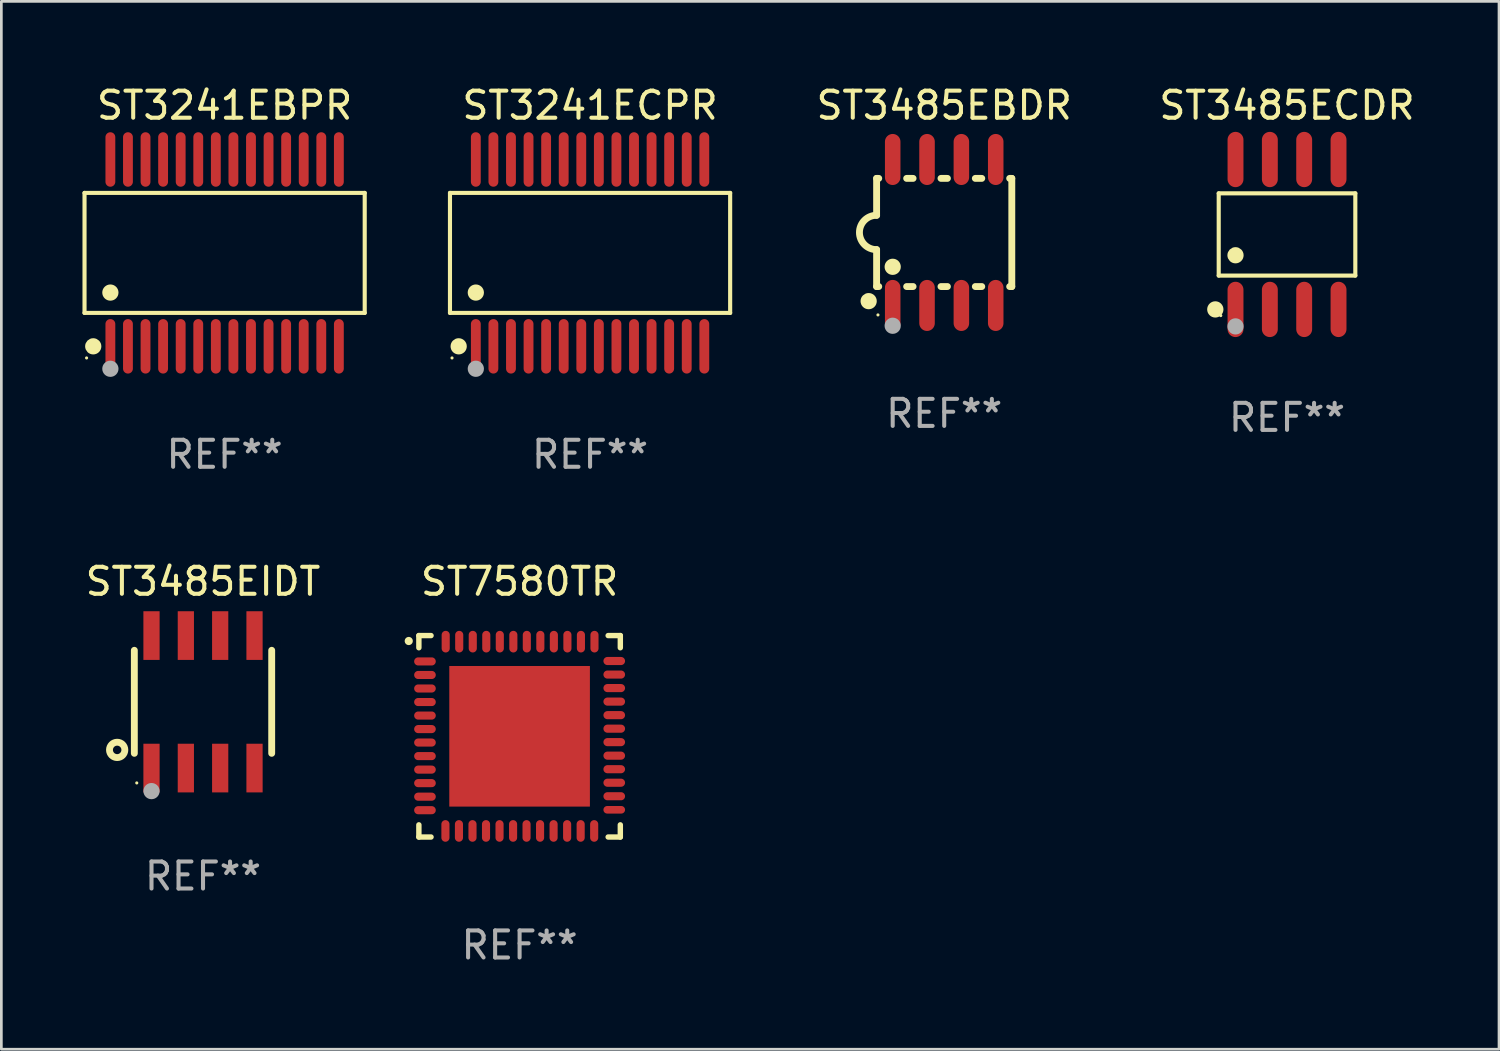
<source format=kicad_pcb>
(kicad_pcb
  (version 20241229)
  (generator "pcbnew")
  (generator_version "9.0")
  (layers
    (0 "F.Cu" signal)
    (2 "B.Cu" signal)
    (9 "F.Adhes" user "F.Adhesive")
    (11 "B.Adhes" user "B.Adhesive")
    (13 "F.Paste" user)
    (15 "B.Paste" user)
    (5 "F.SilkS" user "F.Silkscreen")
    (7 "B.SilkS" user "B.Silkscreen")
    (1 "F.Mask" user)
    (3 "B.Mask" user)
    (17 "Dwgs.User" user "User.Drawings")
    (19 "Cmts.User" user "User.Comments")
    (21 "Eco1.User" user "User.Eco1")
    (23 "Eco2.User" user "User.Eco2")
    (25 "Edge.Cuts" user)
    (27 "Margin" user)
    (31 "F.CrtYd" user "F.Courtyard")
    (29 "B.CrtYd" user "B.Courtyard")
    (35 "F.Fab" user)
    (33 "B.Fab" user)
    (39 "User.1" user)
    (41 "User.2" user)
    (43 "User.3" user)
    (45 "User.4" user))
  (footprint "ST3485EIDT"
    (layer "F.Cu")
    (at 4.458 22.905)
    (property "Reference" "ST3485EIDT" (at 0 -4.45 0) (layer "F.SilkS") (effects (font (size 1 1) (thickness 0.15))))
    (attr through_hole)
    (fp_line (start -2.54 -1.905) (end -2.54 1.905) (stroke (width 0.254) (type solid)) (layer "F.SilkS"))
    (fp_line (start 2.54 -1.905) (end 2.54 1.905) (stroke (width 0.254) (type solid)) (layer "F.SilkS"))
    (fp_circle (center -3.175 1.778) (end -2.891 1.778) (stroke (width 0.254) (type solid)) (fill no) (layer "F.SilkS"))
    (fp_circle (center -2.45 3) (end -2.42 3) (stroke (width 0.06) (type solid)) (fill no) (layer "F.SilkS"))
    (fp_circle (center -1.905 3.302) (end -1.755 3.302) (stroke (width 0.3) (type solid)) (fill no) (layer "F.Fab"))
    (fp_text user "REF**" (at 0 6.45 0) (layer "F.Fab") (effects (font (size 1 1) (thickness 0.15))))
    (pad "1" smd rect (at -1.905 2.45) (size 0.6 1.8) (layers "F.Cu" "F.Mask" "F.Paste"))
    (pad "2" smd rect (at -0.635 2.45) (size 0.6 1.8) (layers "F.Cu" "F.Mask" "F.Paste"))
    (pad "3" smd rect (at 0.635 2.45) (size 0.6 1.8) (layers "F.Cu" "F.Mask" "F.Paste"))
    (pad "4" smd rect (at 1.905 2.45) (size 0.6 1.8) (layers "F.Cu" "F.Mask" "F.Paste"))
    (pad "5" smd rect (at 1.905 -2.45 180) (size 0.6 1.8) (layers "F.Cu" "F.Mask" "F.Paste"))
    (pad "6" smd rect (at 0.635 -2.45 180) (size 0.6 1.8) (layers "F.Cu" "F.Mask" "F.Paste"))
    (pad "7" smd rect (at -0.635 -2.45 180) (size 0.6 1.8) (layers "F.Cu" "F.Mask" "F.Paste"))
    (pad "8" smd rect (at -1.905 -2.45 180) (size 0.6 1.8) (layers "F.Cu" "F.Mask" "F.Paste")))
  (footprint "ST3241ECPR"
    (layer "F.Cu")
    (at 18.772 6.303)
    (property "Reference" "ST3241ECPR" (at 0 -5.455 0) (layer "F.SilkS") (effects (font (size 1 1) (thickness 0.15))))
    (attr through_hole)
    (fp_line (start -5.181 -2.219) (end 5.181 -2.219) (stroke (width 0.152) (type solid)) (layer "F.SilkS"))
    (fp_line (start -5.181 2.219) (end -5.181 -2.219) (stroke (width 0.152) (type solid)) (layer "F.SilkS"))
    (fp_line (start 5.181 -2.219) (end 5.181 2.219) (stroke (width 0.152) (type solid)) (layer "F.SilkS"))
    (fp_line (start 5.181 2.219) (end -5.181 2.219) (stroke (width 0.152) (type solid)) (layer "F.SilkS"))
    (fp_circle (center -5.105 3.885) (end -5.075 3.885) (stroke (width 0.06) (type solid)) (fill no) (layer "F.SilkS"))
    (fp_circle (center -4.859 3.455) (end -4.709 3.455) (stroke (width 0.3) (type solid)) (fill no) (layer "F.SilkS"))
    (fp_circle (center -4.225 1.467) (end -4.075 1.467) (stroke (width 0.3) (type solid)) (fill no) (layer "F.SilkS"))
    (fp_circle (center -4.225 4.285) (end -4.075 4.285) (stroke (width 0.3) (type solid)) (fill no) (layer "F.Fab"))
    (fp_text user "REF**" (at 0 7.455 0) (layer "F.Fab") (effects (font (size 1 1) (thickness 0.15))))
    (pad "1" smd oval (at -4.225 3.455) (size 0.364 2.015) (layers "F.Cu" "F.Mask" "F.Paste"))
    (pad "2" smd oval (at -3.575 3.455) (size 0.364 2.015) (layers "F.Cu" "F.Mask" "F.Paste"))
    (pad "3" smd oval (at -2.925 3.455) (size 0.364 2.015) (layers "F.Cu" "F.Mask" "F.Paste"))
    (pad "4" smd oval (at -2.275 3.455) (size 0.364 2.015) (layers "F.Cu" "F.Mask" "F.Paste"))
    (pad "5" smd oval (at -1.625 3.455) (size 0.364 2.015) (layers "F.Cu" "F.Mask" "F.Paste"))
    (pad "6" smd oval (at -0.975 3.455) (size 0.364 2.015) (layers "F.Cu" "F.Mask" "F.Paste"))
    (pad "7" smd oval (at -0.325 3.455) (size 0.364 2.015) (layers "F.Cu" "F.Mask" "F.Paste"))
    (pad "8" smd oval (at 0.325 3.455) (size 0.364 2.015) (layers "F.Cu" "F.Mask" "F.Paste"))
    (pad "9" smd oval (at 0.975 3.455) (size 0.364 2.015) (layers "F.Cu" "F.Mask" "F.Paste"))
    (pad "10" smd oval (at 1.625 3.455) (size 0.364 2.015) (layers "F.Cu" "F.Mask" "F.Paste"))
    (pad "11" smd oval (at 2.275 3.455) (size 0.364 2.015) (layers "F.Cu" "F.Mask" "F.Paste"))
    (pad "12" smd oval (at 2.925 3.455) (size 0.364 2.015) (layers "F.Cu" "F.Mask" "F.Paste"))
    (pad "13" smd oval (at 3.575 3.455) (size 0.364 2.015) (layers "F.Cu" "F.Mask" "F.Paste"))
    (pad "14" smd oval (at 4.225 3.455) (size 0.364 2.015) (layers "F.Cu" "F.Mask" "F.Paste"))
    (pad "15" smd oval (at 4.225 -3.455) (size 0.364 2.015) (layers "F.Cu" "F.Mask" "F.Paste"))
    (pad "16" smd oval (at 3.575 -3.455) (size 0.364 2.015) (layers "F.Cu" "F.Mask" "F.Paste"))
    (pad "17" smd oval (at 2.925 -3.455) (size 0.364 2.015) (layers "F.Cu" "F.Mask" "F.Paste"))
    (pad "18" smd oval (at 2.275 -3.455) (size 0.364 2.015) (layers "F.Cu" "F.Mask" "F.Paste"))
    (pad "19" smd oval (at 1.625 -3.455) (size 0.364 2.015) (layers "F.Cu" "F.Mask" "F.Paste"))
    (pad "20" smd oval (at 0.975 -3.455) (size 0.364 2.015) (layers "F.Cu" "F.Mask" "F.Paste"))
    (pad "21" smd oval (at 0.325 -3.455) (size 0.364 2.015) (layers "F.Cu" "F.Mask" "F.Paste"))
    (pad "22" smd oval (at -0.325 -3.455) (size 0.364 2.015) (layers "F.Cu" "F.Mask" "F.Paste"))
    (pad "23" smd oval (at -0.975 -3.455) (size 0.364 2.015) (layers "F.Cu" "F.Mask" "F.Paste"))
    (pad "24" smd oval (at -1.625 -3.455) (size 0.364 2.015) (layers "F.Cu" "F.Mask" "F.Paste"))
    (pad "25" smd oval (at -2.275 -3.455) (size 0.364 2.015) (layers "F.Cu" "F.Mask" "F.Paste"))
    (pad "26" smd oval (at -2.925 -3.455) (size 0.364 2.015) (layers "F.Cu" "F.Mask" "F.Paste"))
    (pad "27" smd oval (at -3.575 -3.455) (size 0.364 2.015) (layers "F.Cu" "F.Mask" "F.Paste"))
    (pad "28" smd oval (at -4.225 -3.455) (size 0.364 2.015) (layers "F.Cu" "F.Mask" "F.Paste")))
  (footprint "ST3485EBDR"
    (layer "F.Cu")
    (at 31.869 5.547)
    (property "Reference" "ST3485EBDR" (at 0 -4.699 0) (layer "F.SilkS") (effects (font (size 1 1) (thickness 0.15))))
    (attr through_hole)
    (fp_line (start -2.5 -2) (end -2.5 -0.635) (stroke (width 0.254) (type solid)) (layer "F.SilkS"))
    (fp_line (start -2.5 -2) (end -2.421 -2) (stroke (width 0.254) (type solid)) (layer "F.SilkS"))
    (fp_line (start -2.5 2) (end -2.5 0.635) (stroke (width 0.254) (type solid)) (layer "F.SilkS"))
    (fp_line (start -2.5 2) (end -2.421 2) (stroke (width 0.254) (type solid)) (layer "F.SilkS"))
    (fp_line (start -1.389 -2) (end -1.151 -2) (stroke (width 0.254) (type solid)) (layer "F.SilkS"))
    (fp_line (start -1.389 2) (end -1.151 2) (stroke (width 0.254) (type solid)) (layer "F.SilkS"))
    (fp_line (start -0.119 -2) (end 0.119 -2) (stroke (width 0.254) (type solid)) (layer "F.SilkS"))
    (fp_line (start -0.119 2) (end 0.119 2) (stroke (width 0.254) (type solid)) (layer "F.SilkS"))
    (fp_line (start 1.151 -2) (end 1.389 -2) (stroke (width 0.254) (type solid)) (layer "F.SilkS"))
    (fp_line (start 1.151 2) (end 1.389 2) (stroke (width 0.254) (type solid)) (layer "F.SilkS"))
    (fp_line (start 2.421 -2) (end 2.5 -2) (stroke (width 0.254) (type solid)) (layer "F.SilkS"))
    (fp_line (start 2.421 2) (end 2.5 2) (stroke (width 0.254) (type solid)) (layer "F.SilkS"))
    (fp_line (start 2.5 -2) (end 2.5 2) (stroke (width 0.254) (type solid)) (layer "F.SilkS"))
    (fp_arc (start -2.5 0.635001) (mid -3.134366 -0.000318) (end -2.499365 -0.635001) (stroke (width 0.254001) (type solid)) (layer "F.SilkS"))
    (fp_circle (center -2.794 2.54) (end -2.644 2.54) (stroke (width 0.3) (type solid)) (fill no) (layer "F.SilkS"))
    (fp_circle (center -2.45 3.05) (end -2.42 3.05) (stroke (width 0.06) (type solid)) (fill no) (layer "F.SilkS"))
    (fp_circle (center -1.905 1.27) (end -1.755 1.27) (stroke (width 0.3) (type solid)) (fill no) (layer "F.SilkS"))
    (fp_circle (center -1.905 3.45) (end -1.755 3.45) (stroke (width 0.3) (type solid)) (fill no) (layer "F.Fab"))
    (fp_text user "REF**" (at 0 6.699 0) (layer "F.Fab") (effects (font (size 1 1) (thickness 0.15))))
    (pad "1" smd oval (at -1.905 2.699) (size 0.574 1.888) (layers "F.Cu" "F.Mask" "F.Paste"))
    (pad "2" smd oval (at -0.635 2.699) (size 0.574 1.888) (layers "F.Cu" "F.Mask" "F.Paste"))
    (pad "3" smd oval (at 0.635 2.699) (size 0.574 1.888) (layers "F.Cu" "F.Mask" "F.Paste"))
    (pad "4" smd oval (at 1.905 2.699) (size 0.574 1.888) (layers "F.Cu" "F.Mask" "F.Paste"))
    (pad "5" smd oval (at 1.905 -2.699) (size 0.574 1.888) (layers "F.Cu" "F.Mask" "F.Paste"))
    (pad "6" smd oval (at 0.635 -2.699) (size 0.574 1.888) (layers "F.Cu" "F.Mask" "F.Paste"))
    (pad "7" smd oval (at -0.635 -2.699) (size 0.574 1.888) (layers "F.Cu" "F.Mask" "F.Paste"))
    (pad "8" smd oval (at -1.905 -2.699) (size 0.574 1.888) (layers "F.Cu" "F.Mask" "F.Paste")))
  (footprint "ST7580TR"
    (layer "F.Cu")
    (at 16.166 24.18)
    (property "Reference" "ST7580TR" (at 0 -5.725 0) (layer "F.SilkS") (effects (font (size 1 1) (thickness 0.15))))
    (attr through_hole)
    (fp_line (start -3.725 -3.725) (end -3.275 -3.725) (stroke (width 0.2) (type solid)) (layer "F.SilkS"))
    (fp_line (start -3.725 -3.275) (end -3.725 -3.725) (stroke (width 0.2) (type solid)) (layer "F.SilkS"))
    (fp_line (start -3.725 3.275) (end -3.725 3.725) (stroke (width 0.2) (type solid)) (layer "F.SilkS"))
    (fp_line (start -3.725 3.725) (end -3.275 3.725) (stroke (width 0.2) (type solid)) (layer "F.SilkS"))
    (fp_line (start 3.275 -3.725) (end 3.725 -3.725) (stroke (width 0.2) (type solid)) (layer "F.SilkS"))
    (fp_line (start 3.275 3.725) (end 3.725 3.725) (stroke (width 0.2) (type solid)) (layer "F.SilkS"))
    (fp_line (start 3.725 -3.725) (end 3.725 -3.275) (stroke (width 0.2) (type solid)) (layer "F.SilkS"))
    (fp_line (start 3.725 3.725) (end 3.725 3.275) (stroke (width 0.2) (type solid)) (layer "F.SilkS"))
    (fp_arc (start -4.099568 -3.522987) (mid -4.099573 -3.524257) (end -4.099568 -3.525527) (stroke (width 0.3) (type solid)) (layer "F.SilkS"))
    (fp_text user "REF**" (at 0 7.725 0) (layer "F.Fab") (effects (font (size 1 1) (thickness 0.15))))
    (pad "1" smd oval (at -3.5 -2.769 90) (size 0.3 0.8) (layers "F.Cu" "F.Mask" "F.Paste"))
    (pad "2" smd oval (at -3.5 -2.268 90) (size 0.3 0.8) (layers "F.Cu" "F.Mask" "F.Paste"))
    (pad "3" smd oval (at -3.5 -1.768 90) (size 0.3 0.8) (layers "F.Cu" "F.Mask" "F.Paste"))
    (pad "4" smd oval (at -3.5 -1.267 90) (size 0.3 0.8) (layers "F.Cu" "F.Mask" "F.Paste"))
    (pad "5" smd oval (at -3.5 -0.767 90) (size 0.3 0.8) (layers "F.Cu" "F.Mask" "F.Paste"))
    (pad "6" smd oval (at -3.5 -0.267 90) (size 0.3 0.8) (layers "F.Cu" "F.Mask" "F.Paste"))
    (pad "7" smd oval (at -3.5 0.231 90) (size 0.3 0.8) (layers "F.Cu" "F.Mask" "F.Paste"))
    (pad "8" smd oval (at -3.5 0.732 90) (size 0.3 0.8) (layers "F.Cu" "F.Mask" "F.Paste"))
    (pad "9" smd oval (at -3.5 1.232 90) (size 0.3 0.8) (layers "F.Cu" "F.Mask" "F.Paste"))
    (pad "10" smd oval (at -3.5 1.732 90) (size 0.3 0.8) (layers "F.Cu" "F.Mask" "F.Paste"))
    (pad "11" smd oval (at -3.5 2.233 90) (size 0.3 0.8) (layers "F.Cu" "F.Mask" "F.Paste"))
    (pad "12" smd oval (at -3.5 2.733 90) (size 0.3 0.8) (layers "F.Cu" "F.Mask" "F.Paste"))
    (pad "13" smd oval (at -2.743 3.5) (size 0.3 0.8) (layers "F.Cu" "F.Mask" "F.Paste"))
    (pad "14" smd oval (at -2.243 3.5) (size 0.3 0.8) (layers "F.Cu" "F.Mask" "F.Paste"))
    (pad "15" smd oval (at -1.742 3.5) (size 0.3 0.8) (layers "F.Cu" "F.Mask" "F.Paste"))
    (pad "16" smd oval (at -1.242 3.5) (size 0.3 0.8) (layers "F.Cu" "F.Mask" "F.Paste"))
    (pad "17" smd oval (at -0.742 3.5) (size 0.3 0.8) (layers "F.Cu" "F.Mask" "F.Paste"))
    (pad "18" smd oval (at -0.241 3.5) (size 0.3 0.8) (layers "F.Cu" "F.Mask" "F.Paste"))
    (pad "19" smd oval (at 0.257 3.5) (size 0.3 0.8) (layers "F.Cu" "F.Mask" "F.Paste"))
    (pad "20" smd oval (at 0.757 3.5) (size 0.3 0.8) (layers "F.Cu" "F.Mask" "F.Paste"))
    (pad "21" smd oval (at 1.257 3.5) (size 0.3 0.8) (layers "F.Cu" "F.Mask" "F.Paste"))
    (pad "22" smd oval (at 1.758 3.5) (size 0.3 0.8) (layers "F.Cu" "F.Mask" "F.Paste"))
    (pad "23" smd oval (at 2.258 3.5) (size 0.3 0.8) (layers "F.Cu" "F.Mask" "F.Paste"))
    (pad "24" smd oval (at 2.758 3.5) (size 0.3 0.8) (layers "F.Cu" "F.Mask" "F.Paste"))
    (pad "25" smd oval (at 3.5 2.718 90) (size 0.28 0.8) (layers "F.Cu" "F.Mask" "F.Paste"))
    (pad "26" smd oval (at 3.5 2.217 90) (size 0.3 0.8) (layers "F.Cu" "F.Mask" "F.Paste"))
    (pad "27" smd oval (at 3.5 1.717 90) (size 0.3 0.8) (layers "F.Cu" "F.Mask" "F.Paste"))
    (pad "28" smd oval (at 3.5 1.217 90) (size 0.3 0.8) (layers "F.Cu" "F.Mask" "F.Paste"))
    (pad "29" smd oval (at 3.5 0.716 90) (size 0.3 0.8) (layers "F.Cu" "F.Mask" "F.Paste"))
    (pad "30" smd oval (at 3.5 0.216 90) (size 0.3 0.8) (layers "F.Cu" "F.Mask" "F.Paste"))
    (pad "31" smd oval (at 3.5 -0.282 90) (size 0.3 0.8) (layers "F.Cu" "F.Mask" "F.Paste"))
    (pad "32" smd oval (at 3.5 -0.782 90) (size 0.3 0.8) (layers "F.Cu" "F.Mask" "F.Paste"))
    (pad "33" smd oval (at 3.5 -1.283 90) (size 0.3 0.8) (layers "F.Cu" "F.Mask" "F.Paste"))
    (pad "34" smd oval (at 3.5 -1.783 90) (size 0.3 0.8) (layers "F.Cu" "F.Mask" "F.Paste"))
    (pad "35" smd oval (at 3.5 -2.283 90) (size 0.3 0.8) (layers "F.Cu" "F.Mask" "F.Paste"))
    (pad "36" smd oval (at 3.5 -2.784 90) (size 0.3 0.8) (layers "F.Cu" "F.Mask" "F.Paste"))
    (pad "37" smd oval (at 2.769 -3.5) (size 0.3 0.8) (layers "F.Cu" "F.Mask" "F.Paste"))
    (pad "38" smd oval (at 2.268 -3.5) (size 0.3 0.8) (layers "F.Cu" "F.Mask" "F.Paste"))
    (pad "39" smd oval (at 1.768 -3.5) (size 0.3 0.8) (layers "F.Cu" "F.Mask" "F.Paste"))
    (pad "40" smd oval (at 1.267 -3.5) (size 0.3 0.8) (layers "F.Cu" "F.Mask" "F.Paste"))
    (pad "41" smd oval (at 0.767 -3.5) (size 0.3 0.8) (layers "F.Cu" "F.Mask" "F.Paste"))
    (pad "42" smd oval (at 0.267 -3.5) (size 0.3 0.8) (layers "F.Cu" "F.Mask" "F.Paste"))
    (pad "43" smd oval (at -0.231 -3.5) (size 0.3 0.8) (layers "F.Cu" "F.Mask" "F.Paste"))
    (pad "44" smd oval (at -0.732 -3.5) (size 0.3 0.8) (layers "F.Cu" "F.Mask" "F.Paste"))
    (pad "45" smd oval (at -1.232 -3.5) (size 0.3 0.8) (layers "F.Cu" "F.Mask" "F.Paste"))
    (pad "46" smd oval (at -1.732 -3.5) (size 0.3 0.8) (layers "F.Cu" "F.Mask" "F.Paste"))
    (pad "47" smd oval (at -2.233 -3.5) (size 0.3 0.8) (layers "F.Cu" "F.Mask" "F.Paste"))
    (pad "48" smd oval (at -2.733 -3.5) (size 0.3 0.8) (layers "F.Cu" "F.Mask" "F.Paste"))
    (pad "49" smd rect (at 0 0) (size 5.2 5.2) (layers "F.Cu" "F.Mask" "F.Paste")))
  (footprint "ST3241EBPR"
    (layer "F.Cu")
    (at 5.257 6.303)
    (property "Reference" "ST3241EBPR" (at 0 -5.455 0) (layer "F.SilkS") (effects (font (size 1 1) (thickness 0.15))))
    (attr through_hole)
    (fp_line (start -5.181 -2.219) (end 5.181 -2.219) (stroke (width 0.152) (type solid)) (layer "F.SilkS"))
    (fp_line (start -5.181 2.219) (end -5.181 -2.219) (stroke (width 0.152) (type solid)) (layer "F.SilkS"))
    (fp_line (start 5.181 -2.219) (end 5.181 2.219) (stroke (width 0.152) (type solid)) (layer "F.SilkS"))
    (fp_line (start 5.181 2.219) (end -5.181 2.219) (stroke (width 0.152) (type solid)) (layer "F.SilkS"))
    (fp_circle (center -5.105 3.885) (end -5.075 3.885) (stroke (width 0.06) (type solid)) (fill no) (layer "F.SilkS"))
    (fp_circle (center -4.859 3.455) (end -4.709 3.455) (stroke (width 0.3) (type solid)) (fill no) (layer "F.SilkS"))
    (fp_circle (center -4.225 1.467) (end -4.075 1.467) (stroke (width 0.3) (type solid)) (fill no) (layer "F.SilkS"))
    (fp_circle (center -4.225 4.285) (end -4.075 4.285) (stroke (width 0.3) (type solid)) (fill no) (layer "F.Fab"))
    (fp_text user "REF**" (at 0 7.455 0) (layer "F.Fab") (effects (font (size 1 1) (thickness 0.15))))
    (pad "1" smd oval (at -4.225 3.455) (size 0.364 2.015) (layers "F.Cu" "F.Mask" "F.Paste"))
    (pad "2" smd oval (at -3.575 3.455) (size 0.364 2.015) (layers "F.Cu" "F.Mask" "F.Paste"))
    (pad "3" smd oval (at -2.925 3.455) (size 0.364 2.015) (layers "F.Cu" "F.Mask" "F.Paste"))
    (pad "4" smd oval (at -2.275 3.455) (size 0.364 2.015) (layers "F.Cu" "F.Mask" "F.Paste"))
    (pad "5" smd oval (at -1.625 3.455) (size 0.364 2.015) (layers "F.Cu" "F.Mask" "F.Paste"))
    (pad "6" smd oval (at -0.975 3.455) (size 0.364 2.015) (layers "F.Cu" "F.Mask" "F.Paste"))
    (pad "7" smd oval (at -0.325 3.455) (size 0.364 2.015) (layers "F.Cu" "F.Mask" "F.Paste"))
    (pad "8" smd oval (at 0.325 3.455) (size 0.364 2.015) (layers "F.Cu" "F.Mask" "F.Paste"))
    (pad "9" smd oval (at 0.975 3.455) (size 0.364 2.015) (layers "F.Cu" "F.Mask" "F.Paste"))
    (pad "10" smd oval (at 1.625 3.455) (size 0.364 2.015) (layers "F.Cu" "F.Mask" "F.Paste"))
    (pad "11" smd oval (at 2.275 3.455) (size 0.364 2.015) (layers "F.Cu" "F.Mask" "F.Paste"))
    (pad "12" smd oval (at 2.925 3.455) (size 0.364 2.015) (layers "F.Cu" "F.Mask" "F.Paste"))
    (pad "13" smd oval (at 3.575 3.455) (size 0.364 2.015) (layers "F.Cu" "F.Mask" "F.Paste"))
    (pad "14" smd oval (at 4.225 3.455) (size 0.364 2.015) (layers "F.Cu" "F.Mask" "F.Paste"))
    (pad "15" smd oval (at 4.225 -3.455) (size 0.364 2.015) (layers "F.Cu" "F.Mask" "F.Paste"))
    (pad "16" smd oval (at 3.575 -3.455) (size 0.364 2.015) (layers "F.Cu" "F.Mask" "F.Paste"))
    (pad "17" smd oval (at 2.925 -3.455) (size 0.364 2.015) (layers "F.Cu" "F.Mask" "F.Paste"))
    (pad "18" smd oval (at 2.275 -3.455) (size 0.364 2.015) (layers "F.Cu" "F.Mask" "F.Paste"))
    (pad "19" smd oval (at 1.625 -3.455) (size 0.364 2.015) (layers "F.Cu" "F.Mask" "F.Paste"))
    (pad "20" smd oval (at 0.975 -3.455) (size 0.364 2.015) (layers "F.Cu" "F.Mask" "F.Paste"))
    (pad "21" smd oval (at 0.325 -3.455) (size 0.364 2.015) (layers "F.Cu" "F.Mask" "F.Paste"))
    (pad "22" smd oval (at -0.325 -3.455) (size 0.364 2.015) (layers "F.Cu" "F.Mask" "F.Paste"))
    (pad "23" smd oval (at -0.975 -3.455) (size 0.364 2.015) (layers "F.Cu" "F.Mask" "F.Paste"))
    (pad "24" smd oval (at -1.625 -3.455) (size 0.364 2.015) (layers "F.Cu" "F.Mask" "F.Paste"))
    (pad "25" smd oval (at -2.275 -3.455) (size 0.364 2.015) (layers "F.Cu" "F.Mask" "F.Paste"))
    (pad "26" smd oval (at -2.925 -3.455) (size 0.364 2.015) (layers "F.Cu" "F.Mask" "F.Paste"))
    (pad "27" smd oval (at -3.575 -3.455) (size 0.364 2.015) (layers "F.Cu" "F.Mask" "F.Paste"))
    (pad "28" smd oval (at -4.225 -3.455) (size 0.364 2.015) (layers "F.Cu" "F.Mask" "F.Paste")))
  (footprint "ST3485ECDR"
    (layer "F.Cu")
    (at 44.547 5.621)
    (property "Reference" "ST3485ECDR" (at 0 -4.772 0) (layer "F.SilkS") (effects (font (size 1 1) (thickness 0.15))))
    (attr through_hole)
    (fp_line (start -2.526 -1.521) (end 2.526 -1.521) (stroke (width 0.152) (type solid)) (layer "F.SilkS"))
    (fp_line (start -2.526 1.521) (end -2.526 -1.521) (stroke (width 0.152) (type solid)) (layer "F.SilkS"))
    (fp_line (start 2.526 -1.521) (end 2.526 1.521) (stroke (width 0.152) (type solid)) (layer "F.SilkS"))
    (fp_line (start 2.526 1.521) (end -2.526 1.521) (stroke (width 0.152) (type solid)) (layer "F.SilkS"))
    (fp_circle (center -2.652 2.772) (end -2.501 2.772) (stroke (width 0.3) (type solid)) (fill no) (layer "F.SilkS"))
    (fp_circle (center -2.45 3) (end -2.42 3) (stroke (width 0.06) (type solid)) (fill no) (layer "F.SilkS"))
    (fp_circle (center -1.905 0.769) (end -1.755 0.769) (stroke (width 0.3) (type solid)) (fill no) (layer "F.SilkS"))
    (fp_circle (center -1.905 3.4) (end -1.755 3.4) (stroke (width 0.3) (type solid)) (fill no) (layer "F.Fab"))
    (fp_text user "REF**" (at 0 6.772 0) (layer "F.Fab") (effects (font (size 1 1) (thickness 0.15))))
    (pad "1" smd oval (at -1.905 2.772) (size 0.588 2.045) (layers "F.Cu" "F.Mask" "F.Paste"))
    (pad "2" smd oval (at -0.635 2.772) (size 0.588 2.045) (layers "F.Cu" "F.Mask" "F.Paste"))
    (pad "3" smd oval (at 0.635 2.772) (size 0.588 2.045) (layers "F.Cu" "F.Mask" "F.Paste"))
    (pad "4" smd oval (at 1.905 2.772) (size 0.588 2.045) (layers "F.Cu" "F.Mask" "F.Paste"))
    (pad "5" smd oval (at 1.905 -2.772) (size 0.588 2.045) (layers "F.Cu" "F.Mask" "F.Paste"))
    (pad "6" smd oval (at 0.635 -2.772) (size 0.588 2.045) (layers "F.Cu" "F.Mask" "F.Paste"))
    (pad "7" smd oval (at -0.635 -2.772) (size 0.588 2.045) (layers "F.Cu" "F.Mask" "F.Paste"))
    (pad "8" smd oval (at -1.905 -2.772) (size 0.588 2.045) (layers "F.Cu" "F.Mask" "F.Paste")))
  (gr_rect
    (start -3 -3)
    (end 52.387 35.753)
    (stroke (width 0.1) (type default))
    (fill no)
    (layer "Edge.Cuts")))
</source>
